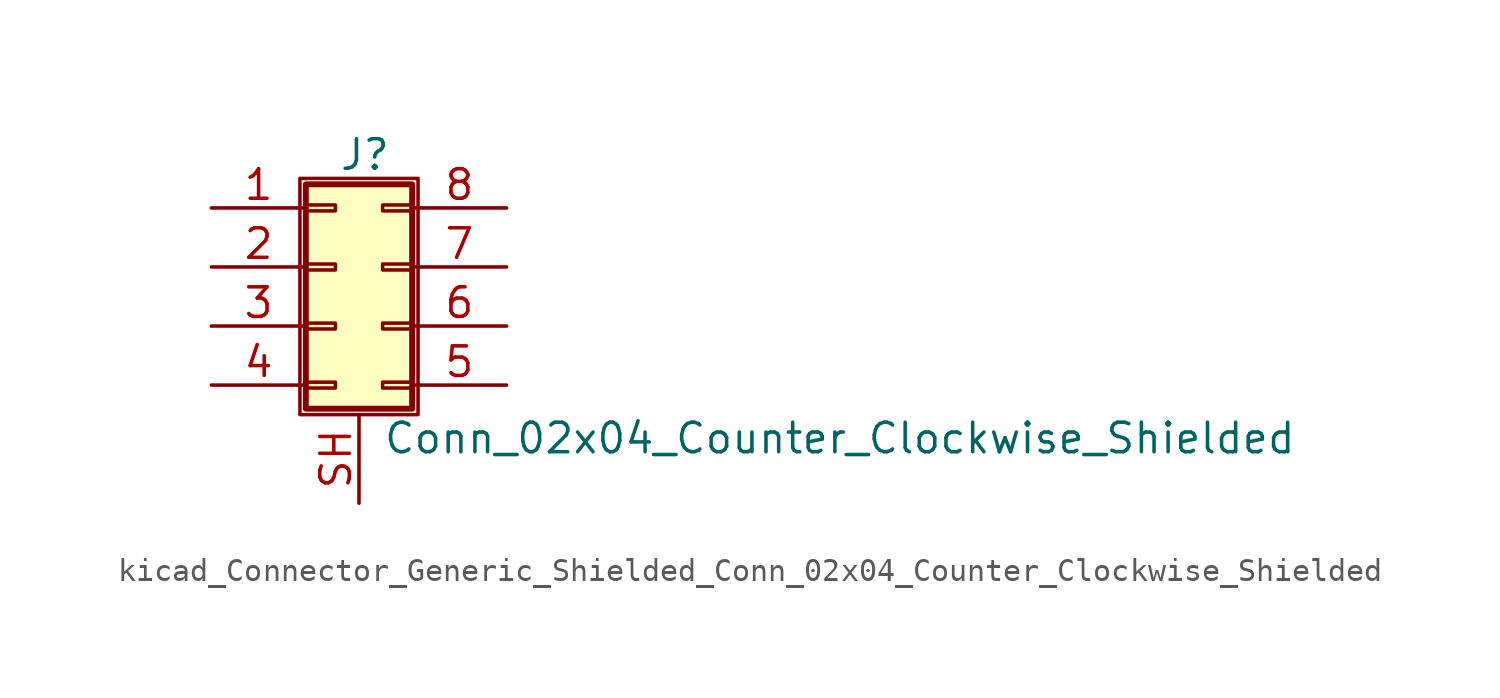
<source format=kicad_sym>
(kicad_symbol_lib
  (version 20220914)
  (generator kicad_symbol_editor)
  (symbol "kicad_Connector_Generic_Shielded_Conn_02x04_Counter_Clockwise_Shielded"
    (pin_names
      (offset 1.016) hide)
    (property "Reference" "J"
      (at 1.524 4.826 0)
      (effects (font (size 1.27 1.27))))
    (property "Value" "Conn_02x04_Counter_Clockwise_Shielded"
      (at 2.286 -7.366 0)
      (effects (font (size 1.27 1.27)) (justify left)))
    (symbol "kicad_Connector_Generic_Shielded_Conn_02x04_Counter_Clockwise_Shielded_1_1"
      (rectangle (start -1.27 3.81) (end 3.81 -6.35) (stroke (width 0.152) (type default)) (fill (type none)))
      (rectangle (start -1.016 -4.953) (end 0.254 -5.207) (stroke (width 0.152) (type default)) (fill (type none)))
      (rectangle (start -1.016 -2.413) (end 0.254 -2.667) (stroke (width 0.152) (type default)) (fill (type none)))
      (rectangle (start -1.016 0.127) (end 0.254 -0.127) (stroke (width 0.152) (type default)) (fill (type none)))
      (rectangle (start -1.016 2.667) (end 0.254 2.413) (stroke (width 0.152) (type default)) (fill (type none)))
      (rectangle (start -1.016 3.556) (end 3.556 -6.096) (stroke (width 0.254) (type default)) (fill (type background)))
      (rectangle (start 3.556 -4.953) (end 2.286 -5.207) (stroke (width 0.152) (type default)) (fill (type none)))
      (rectangle (start 3.556 -2.413) (end 2.286 -2.667) (stroke (width 0.152) (type default)) (fill (type none)))
      (rectangle (start 3.556 0.127) (end 2.286 -0.127) (stroke (width 0.152) (type default)) (fill (type none)))
      (rectangle (start 3.556 2.667) (end 2.286 2.413) (stroke (width 0.152) (type default)) (fill (type none)))
      (pin passive line (at -5.08 2.54 0) (length 4.064) (name "Pin_1" (effects (font (size 1.27 1.27)))) (number "1" (effects (font (size 1.27 1.27)))))
      (pin passive line (at -5.08 0 0) (length 4.064) (name "Pin_2" (effects (font (size 1.27 1.27)))) (number "2" (effects (font (size 1.27 1.27)))))
      (pin passive line (at -5.08 -2.54 0) (length 4.064) (name "Pin_3" (effects (font (size 1.27 1.27)))) (number "3" (effects (font (size 1.27 1.27)))))
      (pin passive line (at -5.08 -5.08 0) (length 4.064) (name "Pin_4" (effects (font (size 1.27 1.27)))) (number "4" (effects (font (size 1.27 1.27)))))
      (pin passive line (at 7.62 -5.08 180) (length 4.064) (name "Pin_5" (effects (font (size 1.27 1.27)))) (number "5" (effects (font (size 1.27 1.27)))))
      (pin passive line (at 7.62 -2.54 180) (length 4.064) (name "Pin_6" (effects (font (size 1.27 1.27)))) (number "6" (effects (font (size 1.27 1.27)))))
      (pin passive line (at 7.62 0 180) (length 4.064) (name "Pin_7" (effects (font (size 1.27 1.27)))) (number "7" (effects (font (size 1.27 1.27)))))
      (pin passive line (at 7.62 2.54 180) (length 4.064) (name "Pin_8" (effects (font (size 1.27 1.27)))) (number "8" (effects (font (size 1.27 1.27)))))
      (pin passive line (at 1.27 -10.16 90) (length 3.81) (name "Shield" (effects (font (size 1.27 1.27)))) (number "SH" (effects (font (size 1.27 1.27))))))))
</source>
